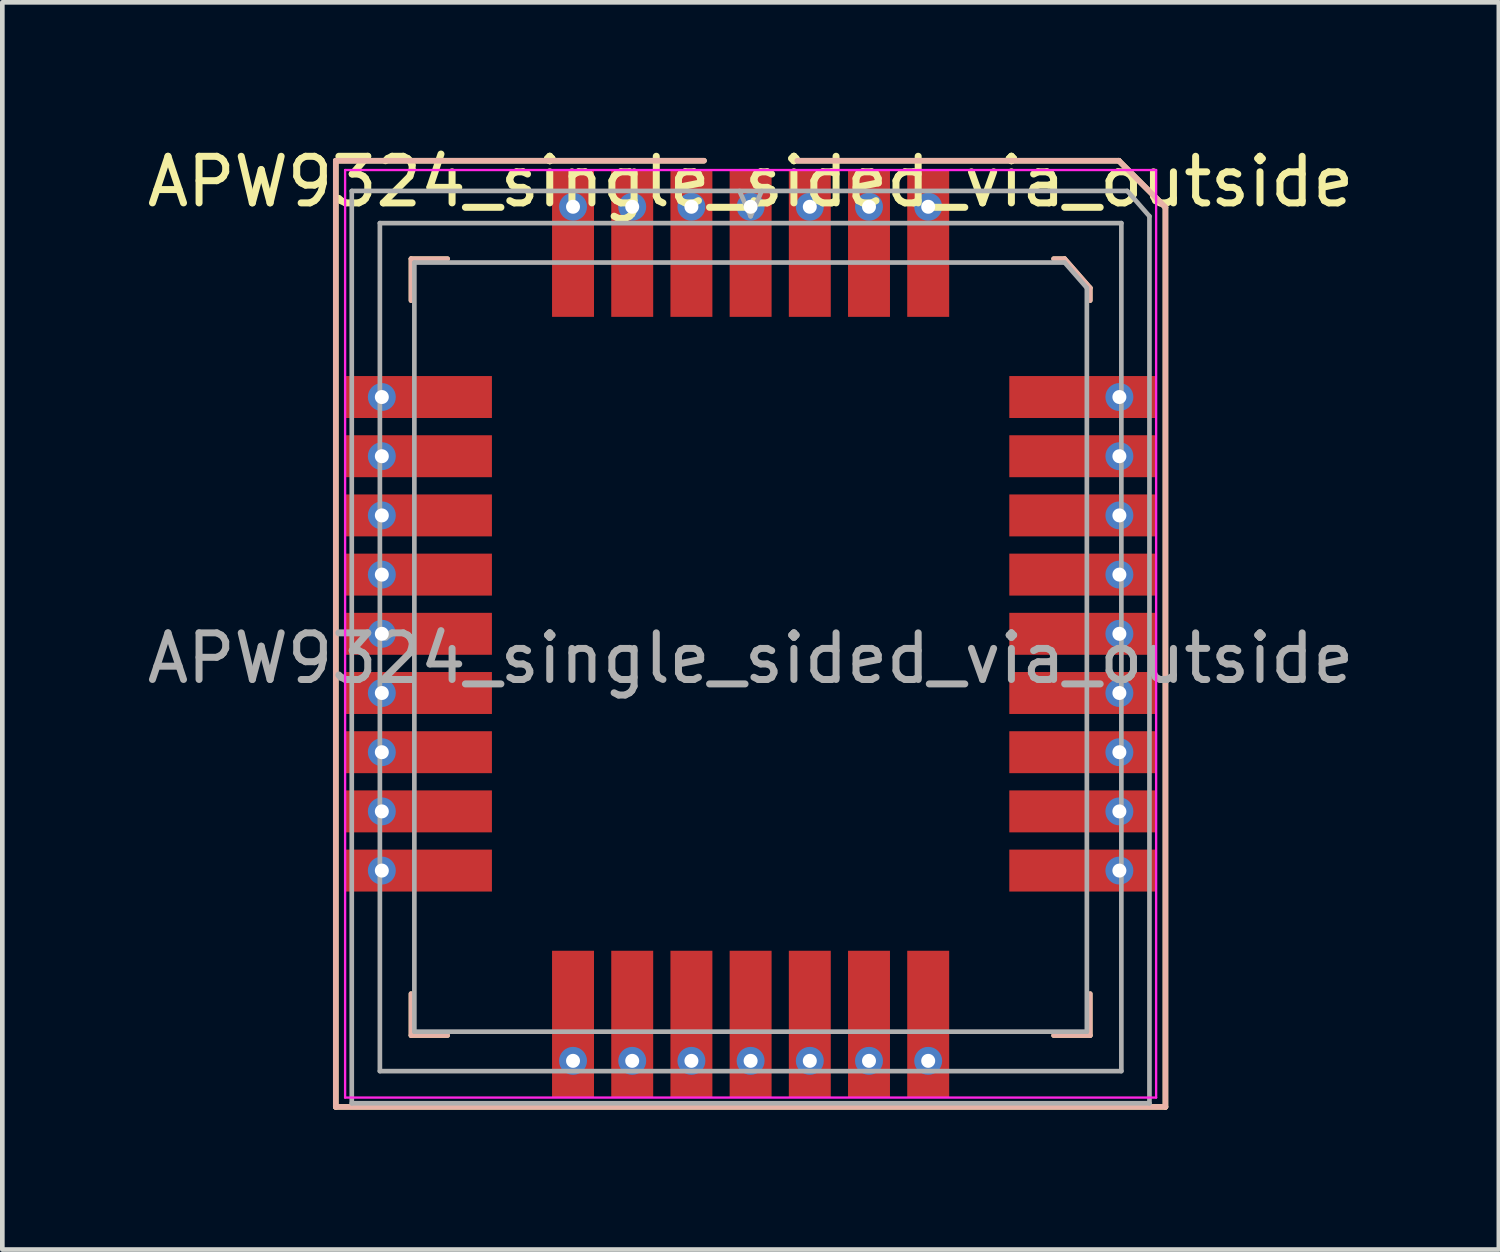
<source format=kicad_pcb>
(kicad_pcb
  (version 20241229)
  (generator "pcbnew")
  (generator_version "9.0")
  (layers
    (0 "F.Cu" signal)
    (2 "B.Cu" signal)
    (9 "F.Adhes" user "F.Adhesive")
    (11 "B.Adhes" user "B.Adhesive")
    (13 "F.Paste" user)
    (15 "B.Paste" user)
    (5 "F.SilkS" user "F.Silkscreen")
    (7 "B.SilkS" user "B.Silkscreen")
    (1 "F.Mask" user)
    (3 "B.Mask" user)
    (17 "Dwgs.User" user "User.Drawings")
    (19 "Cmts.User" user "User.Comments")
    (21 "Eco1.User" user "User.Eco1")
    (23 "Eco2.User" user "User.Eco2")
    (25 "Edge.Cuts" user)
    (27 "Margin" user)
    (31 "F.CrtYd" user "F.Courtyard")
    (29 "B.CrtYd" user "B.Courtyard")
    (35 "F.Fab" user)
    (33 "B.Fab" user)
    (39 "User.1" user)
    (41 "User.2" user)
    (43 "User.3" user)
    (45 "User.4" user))
  (footprint "APW9324_single_sided_via_outside"
    (layer "F.Cu")
    (at 13.054 10.548)
    (property "Reference" "APW9324_single_sided_via_outside" (at 0 -9.7 180) (layer "F.SilkS") (effects (font (size 1 1) (thickness 0.15))))
    (attr smd)
    (fp_line (start -8.9 -10.15) (end -1 -10.15) (stroke (width 0.12) (type solid)) (layer "F.SilkS"))
    (fp_line (start -8.9 10.15) (end -8.9 -10.15) (stroke (width 0.12) (type solid)) (layer "F.SilkS"))
    (fp_line (start -7.286 -8.047) (end -7.286 -7.15) (stroke (width 0.1) (type solid)) (layer "F.SilkS"))
    (fp_line (start -7.286 8.618) (end -7.286 7.721) (stroke (width 0.1) (type solid)) (layer "F.SilkS"))
    (fp_line (start -6.501 -8.047) (end -7.286 -8.047) (stroke (width 0.1) (type solid)) (layer "F.SilkS"))
    (fp_line (start -6.501 8.618) (end -7.286 8.618) (stroke (width 0.1) (type solid)) (layer "F.SilkS"))
    (fp_line (start 1 -10.15) (end 7.9 -10.15) (stroke (width 0.12) (type solid)) (layer "F.SilkS"))
    (fp_line (start 6.501 -8.047) (end 6.739 -8.047) (stroke (width 0.1) (type solid)) (layer "F.SilkS"))
    (fp_line (start 6.501 8.618) (end 7.286 8.618) (stroke (width 0.1) (type solid)) (layer "F.SilkS"))
    (fp_line (start 6.739 -8.047) (end 7.286 -7.422) (stroke (width 0.1) (type solid)) (layer "F.SilkS"))
    (fp_line (start 7.286 -7.422) (end 7.286 -7.15) (stroke (width 0.1) (type solid)) (layer "F.SilkS"))
    (fp_line (start 7.286 8.618) (end 7.286 7.721) (stroke (width 0.1) (type solid)) (layer "F.SilkS"))
    (fp_line (start 7.9 -10.15) (end 8.9 -9.15) (stroke (width 0.12) (type solid)) (layer "F.SilkS"))
    (fp_line (start 8.9 -9.15) (end 8.9 10.15) (stroke (width 0.12) (type solid)) (layer "F.SilkS"))
    (fp_line (start 8.9 10.15) (end -8.9 10.15) (stroke (width 0.12) (type solid)) (layer "F.SilkS"))
    (fp_line (start -8.9 -10.15) (end -1 -10.15) (stroke (width 0.12) (type solid)) (layer "B.SilkS"))
    (fp_line (start -8.9 10.15) (end -8.9 -10.15) (stroke (width 0.12) (type solid)) (layer "B.SilkS"))
    (fp_line (start -7.286 -8.047) (end -7.286 -7.15) (stroke (width 0.1) (type solid)) (layer "B.SilkS"))
    (fp_line (start -7.286 8.618) (end -7.286 7.721) (stroke (width 0.1) (type solid)) (layer "B.SilkS"))
    (fp_line (start -6.501 -8.047) (end -7.286 -8.047) (stroke (width 0.1) (type solid)) (layer "B.SilkS"))
    (fp_line (start -6.501 8.618) (end -7.286 8.618) (stroke (width 0.1) (type solid)) (layer "B.SilkS"))
    (fp_line (start 1 -10.15) (end 7.9 -10.15) (stroke (width 0.12) (type solid)) (layer "B.SilkS"))
    (fp_line (start 6.501 -8.047) (end 6.739 -8.047) (stroke (width 0.1) (type solid)) (layer "B.SilkS"))
    (fp_line (start 6.501 8.618) (end 7.286 8.618) (stroke (width 0.1) (type solid)) (layer "B.SilkS"))
    (fp_line (start 6.739 -8.047) (end 7.286 -7.422) (stroke (width 0.1) (type solid)) (layer "B.SilkS"))
    (fp_line (start 7.286 -7.422) (end 7.286 -7.15) (stroke (width 0.1) (type solid)) (layer "B.SilkS"))
    (fp_line (start 7.286 8.618) (end 7.286 7.721) (stroke (width 0.1) (type solid)) (layer "B.SilkS"))
    (fp_line (start 7.9 -10.15) (end 8.9 -9.15) (stroke (width 0.12) (type solid)) (layer "B.SilkS"))
    (fp_line (start 8.9 -9.15) (end 8.9 10.15) (stroke (width 0.12) (type solid)) (layer "B.SilkS"))
    (fp_line (start 8.9 10.15) (end -8.9 10.15) (stroke (width 0.12) (type solid)) (layer "B.SilkS"))
    (fp_line (start -8.7 -9.95) (end 8.7 -9.95) (stroke (width 0.05) (type solid)) (layer "F.CrtYd"))
    (fp_line (start -8.7 9.95) (end -8.7 -9.95) (stroke (width 0.05) (type solid)) (layer "F.CrtYd"))
    (fp_line (start 8.7 -9.95) (end 8.7 9.95) (stroke (width 0.05) (type solid)) (layer "F.CrtYd"))
    (fp_line (start 8.7 9.95) (end -8.7 9.95) (stroke (width 0.05) (type solid)) (layer "F.CrtYd"))
    (fp_line (start -8.557 -9.501) (end 8.082 -9.501) (stroke (width 0.1) (type solid)) (layer "F.Fab"))
    (fp_line (start -8.557 10.072) (end -8.557 -9.501) (stroke (width 0.1) (type solid)) (layer "F.Fab"))
    (fp_line (start -7.954 -8.811) (end 7.954 -8.811) (stroke (width 0.1) (type solid)) (layer "F.Fab"))
    (fp_line (start -7.954 9.382) (end -7.954 -8.811) (stroke (width 0.1) (type solid)) (layer "F.Fab"))
    (fp_line (start -7.214 -7.965) (end 6.739 -7.965) (stroke (width 0.1) (type solid)) (layer "F.Fab"))
    (fp_line (start -7.214 8.536) (end -7.214 -7.965) (stroke (width 0.1) (type solid)) (layer "F.Fab"))
    (fp_line (start 0 -8.958) (end -0.238 -9.501) (stroke (width 0.1) (type solid)) (layer "F.Fab"))
    (fp_line (start 0.238 -9.501) (end 0 -8.958) (stroke (width 0.1) (type solid)) (layer "F.Fab"))
    (fp_line (start 6.739 -7.965) (end 7.214 -7.422) (stroke (width 0.1) (type solid)) (layer "F.Fab"))
    (fp_line (start 7.214 -7.422) (end 7.214 8.536) (stroke (width 0.1) (type solid)) (layer "F.Fab"))
    (fp_line (start 7.214 8.536) (end -7.214 8.536) (stroke (width 0.1) (type solid)) (layer "F.Fab"))
    (fp_line (start 7.954 -8.811) (end 7.954 9.382) (stroke (width 0.1) (type solid)) (layer "F.Fab"))
    (fp_line (start 7.954 9.382) (end -7.954 9.382) (stroke (width 0.1) (type solid)) (layer "F.Fab"))
    (fp_line (start 8.082 -9.501) (end 8.557 -8.958) (stroke (width 0.1) (type solid)) (layer "F.Fab"))
    (fp_line (start 8.557 -8.958) (end 8.557 10.072) (stroke (width 0.1) (type solid)) (layer "F.Fab"))
    (fp_line (start 8.557 10.072) (end -8.557 10.072) (stroke (width 0.1) (type solid)) (layer "F.Fab"))
    (fp_text user "${REFERENCE}" (at 0 0.525 180) (layer "F.Fab") (effects (font (size 1 1) (thickness 0.15))))
    (pad "" thru_hole circle (at -7.912 -5.08) (size 0.6 0.6) (drill 0.3) (layers "*.Cu" "*.Mask"))
    (pad "" thru_hole circle (at -7.912 -3.81) (size 0.6 0.6) (drill 0.3) (layers "*.Cu" "*.Mask"))
    (pad "" thru_hole circle (at -7.912 -2.54) (size 0.6 0.6) (drill 0.3) (layers "*.Cu" "*.Mask"))
    (pad "" thru_hole circle (at -7.912 -1.27) (size 0.6 0.6) (drill 0.3) (layers "*.Cu" "*.Mask"))
    (pad "" thru_hole circle (at -7.912 0) (size 0.6 0.6) (drill 0.3) (layers "*.Cu" "*.Mask"))
    (pad "" thru_hole circle (at -7.912 1.27) (size 0.6 0.6) (drill 0.3) (layers "*.Cu" "*.Mask"))
    (pad "" thru_hole circle (at -7.912 2.54) (size 0.6 0.6) (drill 0.3) (layers "*.Cu" "*.Mask"))
    (pad "" thru_hole circle (at -7.912 3.81) (size 0.6 0.6) (drill 0.3) (layers "*.Cu" "*.Mask"))
    (pad "" thru_hole circle (at -7.912 5.08) (size 0.6 0.6) (drill 0.3) (layers "*.Cu" "*.Mask"))
    (pad "" thru_hole circle (at -3.81 -9.162) (size 0.6 0.6) (drill 0.3) (layers "*.Cu" "*.Mask"))
    (pad "" thru_hole circle (at -3.81 9.162) (size 0.6 0.6) (drill 0.3) (layers "*.Cu" "*.Mask"))
    (pad "" thru_hole circle (at -2.54 -9.162) (size 0.6 0.6) (drill 0.3) (layers "*.Cu" "*.Mask"))
    (pad "" thru_hole circle (at -2.54 9.162) (size 0.6 0.6) (drill 0.3) (layers "*.Cu" "*.Mask"))
    (pad "" thru_hole circle (at -1.27 -9.162) (size 0.6 0.6) (drill 0.3) (layers "*.Cu" "*.Mask"))
    (pad "" thru_hole circle (at -1.27 9.162) (size 0.6 0.6) (drill 0.3) (layers "*.Cu" "*.Mask"))
    (pad "" thru_hole circle (at 0 -9.162) (size 0.6 0.6) (drill 0.3) (layers "*.Cu" "*.Mask"))
    (pad "" thru_hole circle (at 0 9.162) (size 0.6 0.6) (drill 0.3) (layers "*.Cu" "*.Mask"))
    (pad "" thru_hole circle (at 1.27 -9.162) (size 0.6 0.6) (drill 0.3) (layers "*.Cu" "*.Mask"))
    (pad "" thru_hole circle (at 1.27 9.162) (size 0.6 0.6) (drill 0.3) (layers "*.Cu" "*.Mask"))
    (pad "" thru_hole circle (at 2.54 -9.162) (size 0.6 0.6) (drill 0.3) (layers "*.Cu" "*.Mask"))
    (pad "" thru_hole circle (at 2.54 9.162) (size 0.6 0.6) (drill 0.3) (layers "*.Cu" "*.Mask"))
    (pad "" thru_hole circle (at 3.81 -9.162) (size 0.6 0.6) (drill 0.3) (layers "*.Cu" "*.Mask"))
    (pad "" thru_hole circle (at 3.81 9.162) (size 0.6 0.6) (drill 0.3) (layers "*.Cu" "*.Mask"))
    (pad "" thru_hole circle (at 7.912 -5.08) (size 0.6 0.6) (drill 0.3) (layers "*.Cu" "*.Mask"))
    (pad "" thru_hole circle (at 7.912 -3.81) (size 0.6 0.6) (drill 0.3) (layers "*.Cu" "*.Mask"))
    (pad "" thru_hole circle (at 7.912 -2.54) (size 0.6 0.6) (drill 0.3) (layers "*.Cu" "*.Mask"))
    (pad "" thru_hole circle (at 7.912 -1.27) (size 0.6 0.6) (drill 0.3) (layers "*.Cu" "*.Mask"))
    (pad "" thru_hole circle (at 7.912 0) (size 0.6 0.6) (drill 0.3) (layers "*.Cu" "*.Mask"))
    (pad "" thru_hole circle (at 7.912 1.27) (size 0.6 0.6) (drill 0.3) (layers "*.Cu" "*.Mask"))
    (pad "" thru_hole circle (at 7.912 2.54) (size 0.6 0.6) (drill 0.3) (layers "*.Cu" "*.Mask"))
    (pad "" thru_hole circle (at 7.912 3.81) (size 0.6 0.6) (drill 0.3) (layers "*.Cu" "*.Mask"))
    (pad "" thru_hole circle (at 7.912 5.08) (size 0.6 0.6) (drill 0.3) (layers "*.Cu" "*.Mask"))
    (pad "1" smd rect (at 0 -8.375) (size 0.9 3.15) (layers "F.Cu" "F.Mask" "F.Paste"))
    (pad "2" smd rect (at 1.27 -8.375) (size 0.9 3.15) (layers "F.Cu" "F.Mask" "F.Paste"))
    (pad "3" smd rect (at 2.54 -8.375) (size 0.9 3.15) (layers "F.Cu" "F.Mask" "F.Paste"))
    (pad "4" smd rect (at 3.81 -8.375) (size 0.9 3.15) (layers "F.Cu" "F.Mask" "F.Paste"))
    (pad "5" smd rect (at 7.125 -5.08) (size 3.15 0.9) (layers "F.Cu" "F.Mask" "F.Paste"))
    (pad "6" smd rect (at 7.125 -3.81) (size 3.15 0.9) (layers "F.Cu" "F.Mask" "F.Paste"))
    (pad "7" smd rect (at 7.125 -2.54) (size 3.15 0.9) (layers "F.Cu" "F.Mask" "F.Paste"))
    (pad "8" smd rect (at 7.125 -1.27) (size 3.15 0.9) (layers "F.Cu" "F.Mask" "F.Paste"))
    (pad "9" smd rect (at 7.125 0) (size 3.15 0.9) (layers "F.Cu" "F.Mask" "F.Paste"))
    (pad "10" smd rect (at 7.125 1.27) (size 3.15 0.9) (layers "F.Cu" "F.Mask" "F.Paste"))
    (pad "11" smd rect (at 7.125 2.54) (size 3.15 0.9) (layers "F.Cu" "F.Mask" "F.Paste"))
    (pad "12" smd rect (at 7.125 3.81) (size 3.15 0.9) (layers "F.Cu" "F.Mask" "F.Paste"))
    (pad "13" smd rect (at 7.125 5.08) (size 3.15 0.9) (layers "F.Cu" "F.Mask" "F.Paste"))
    (pad "14" smd rect (at 3.81 8.375) (size 0.9 3.15) (layers "F.Cu" "F.Mask" "F.Paste"))
    (pad "15" smd rect (at 2.54 8.375) (size 0.9 3.15) (layers "F.Cu" "F.Mask" "F.Paste"))
    (pad "16" smd rect (at 1.27 8.375) (size 0.9 3.15) (layers "F.Cu" "F.Mask" "F.Paste"))
    (pad "17" smd rect (at 0 8.375) (size 0.9 3.15) (layers "F.Cu" "F.Mask" "F.Paste"))
    (pad "18" smd rect (at -1.27 8.375) (size 0.9 3.15) (layers "F.Cu" "F.Mask" "F.Paste"))
    (pad "19" smd rect (at -2.54 8.375) (size 0.9 3.15) (layers "F.Cu" "F.Mask" "F.Paste"))
    (pad "20" smd rect (at -3.81 8.375) (size 0.9 3.15) (layers "F.Cu" "F.Mask" "F.Paste"))
    (pad "21" smd rect (at -7.125 5.08) (size 3.15 0.9) (layers "F.Cu" "F.Mask" "F.Paste"))
    (pad "22" smd rect (at -7.125 3.81) (size 3.15 0.9) (layers "F.Cu" "F.Mask" "F.Paste"))
    (pad "23" smd rect (at -7.125 2.54) (size 3.15 0.9) (layers "F.Cu" "F.Mask" "F.Paste"))
    (pad "24" smd rect (at -7.125 1.27) (size 3.15 0.9) (layers "F.Cu" "F.Mask" "F.Paste"))
    (pad "25" smd rect (at -7.125 0) (size 3.15 0.9) (layers "F.Cu" "F.Mask" "F.Paste"))
    (pad "26" smd rect (at -7.125 -1.27) (size 3.15 0.9) (layers "F.Cu" "F.Mask" "F.Paste"))
    (pad "27" smd rect (at -7.125 -2.54) (size 3.15 0.9) (layers "F.Cu" "F.Mask" "F.Paste"))
    (pad "28" smd rect (at -7.125 -3.81) (size 3.15 0.9) (layers "F.Cu" "F.Mask" "F.Paste"))
    (pad "29" smd rect (at -7.125 -5.08) (size 3.15 0.9) (layers "F.Cu" "F.Mask" "F.Paste"))
    (pad "30" smd rect (at -3.81 -8.375) (size 0.9 3.15) (layers "F.Cu" "F.Mask" "F.Paste"))
    (pad "31" smd rect (at -2.54 -8.375) (size 0.9 3.15) (layers "F.Cu" "F.Mask" "F.Paste"))
    (pad "32" smd rect (at -1.27 -8.375) (size 0.9 3.15) (layers "F.Cu" "F.Mask" "F.Paste")))
  (gr_rect
    (start -3 -3)
    (end 29.107 23.758)
    (stroke (width 0.1) (type default))
    (fill no)
    (layer "Edge.Cuts")))
</source>
